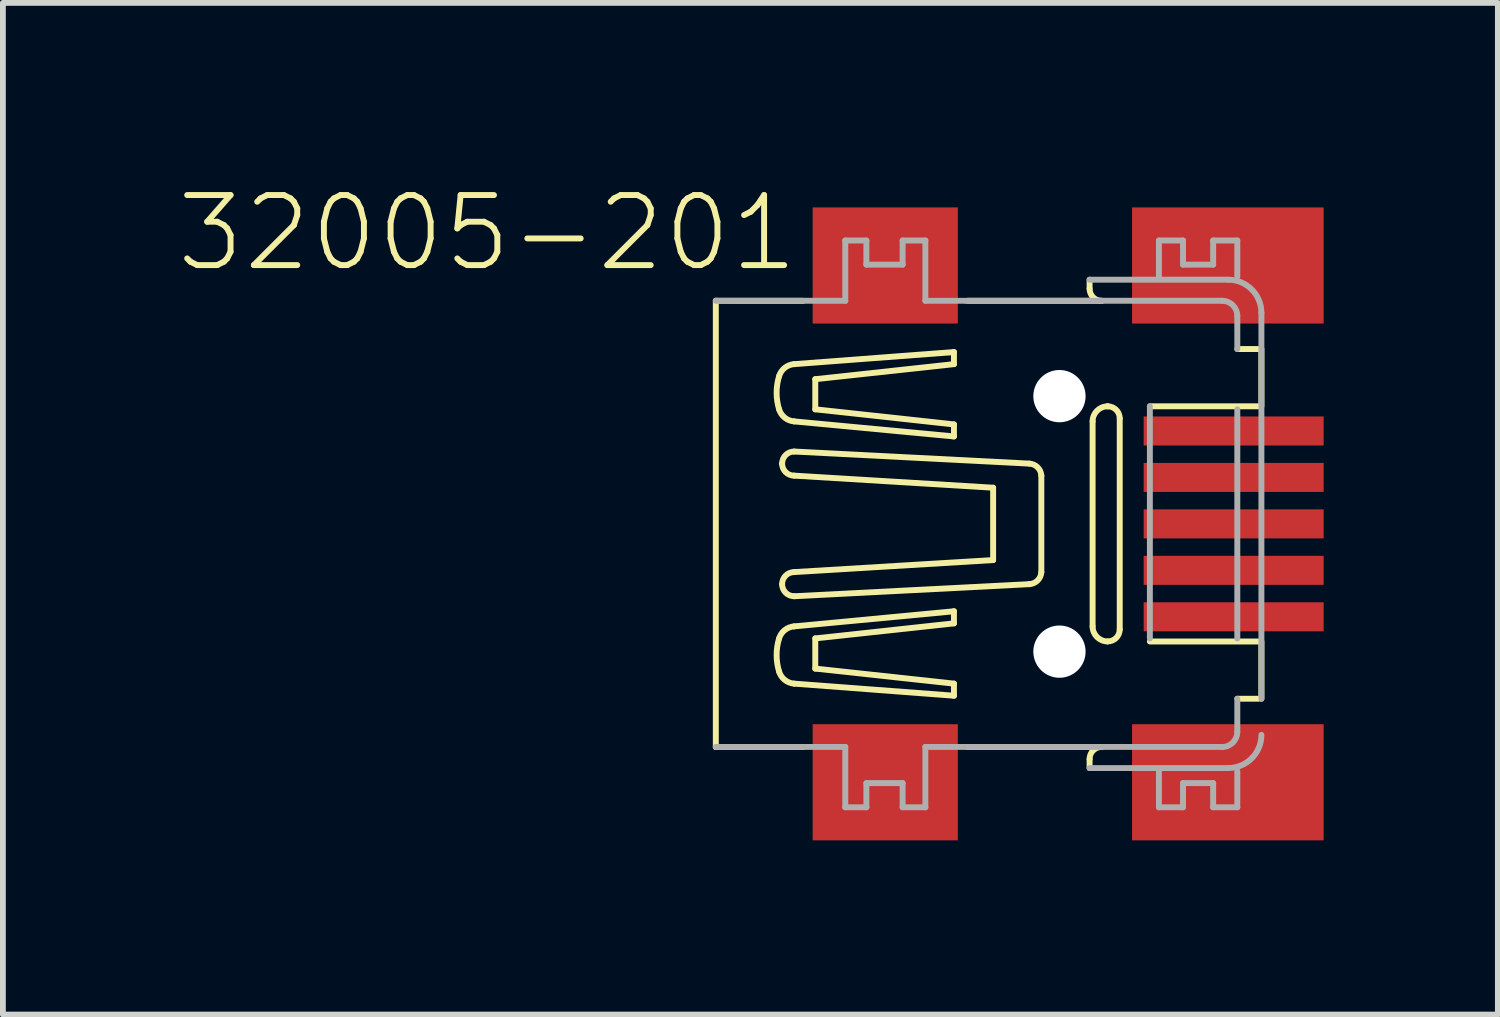
<source format=kicad_pcb>
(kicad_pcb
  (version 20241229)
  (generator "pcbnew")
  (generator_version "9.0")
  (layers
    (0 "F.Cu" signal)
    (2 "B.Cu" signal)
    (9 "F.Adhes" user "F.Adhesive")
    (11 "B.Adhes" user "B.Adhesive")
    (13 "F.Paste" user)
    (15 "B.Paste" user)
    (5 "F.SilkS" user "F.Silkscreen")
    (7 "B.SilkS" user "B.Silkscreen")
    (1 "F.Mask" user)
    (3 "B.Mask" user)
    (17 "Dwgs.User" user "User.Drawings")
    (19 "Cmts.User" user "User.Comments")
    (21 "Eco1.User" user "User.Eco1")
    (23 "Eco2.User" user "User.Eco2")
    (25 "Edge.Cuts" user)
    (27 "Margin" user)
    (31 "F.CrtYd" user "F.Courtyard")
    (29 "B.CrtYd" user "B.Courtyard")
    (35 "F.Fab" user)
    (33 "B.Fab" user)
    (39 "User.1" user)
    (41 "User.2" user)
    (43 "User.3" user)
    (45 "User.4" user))
  (footprint "32005-201"
    (layer "F.Cu")
    (at 15.195 5.972)
    (property "Reference" "32005-201" (at -4.445 -5.715 0) (layer "F.SilkS") (effects (font (size 1.206 1.206) (thickness 0.102)) (justify right top)))
    (attr through_hole)
    (fp_line (start -5.918 -3.842) (end -4.415 -3.841) (stroke (width 0.102) (type solid)) (layer "F.SilkS"))
    (fp_line (start -5.918 3.841) (end -5.918 -3.842) (stroke (width 0.102) (type solid)) (layer "F.SilkS"))
    (fp_line (start -5.918 3.841) (end -4.415 3.841) (stroke (width 0.102) (type solid)) (layer "F.SilkS"))
    (fp_line (start -5.918 3.841) (end -5.918 3.841) (stroke (width 0.102) (type solid)) (layer "F.SilkS"))
    (fp_line (start -4.776 -1.038) (end -4.776 -1.038) (stroke (width 0.102) (type solid)) (layer "F.SilkS"))
    (fp_line (start -4.569 -1.765) (end -1.817 -1.506) (stroke (width 0.102) (type solid)) (layer "F.SilkS"))
    (fp_line (start -4.569 -0.831) (end -1.142 -0.623) (stroke (width 0.102) (type solid)) (layer "F.SilkS"))
    (fp_line (start -4.569 0.83) (end -1.142 0.623) (stroke (width 0.102) (type solid)) (layer "F.SilkS"))
    (fp_line (start -4.569 1.765) (end -1.817 1.505) (stroke (width 0.102) (type solid)) (layer "F.SilkS"))
    (fp_line (start -4.568 -1.246) (end -0.519 -1.038) (stroke (width 0.102) (type solid)) (layer "F.SilkS"))
    (fp_line (start -4.568 1.246) (end -0.519 1.038) (stroke (width 0.102) (type solid)) (layer "F.SilkS"))
    (fp_line (start -4.205 -2.492) (end -1.817 -2.751) (stroke (width 0.102) (type solid)) (layer "F.SilkS"))
    (fp_line (start -4.205 -1.973) (end -4.205 -2.492) (stroke (width 0.102) (type solid)) (layer "F.SilkS"))
    (fp_line (start -4.205 1.972) (end -4.205 2.492) (stroke (width 0.102) (type solid)) (layer "F.SilkS"))
    (fp_line (start -4.205 2.492) (end -1.817 2.751) (stroke (width 0.102) (type solid)) (layer "F.SilkS"))
    (fp_line (start -1.817 -2.959) (end -4.569 -2.751) (stroke (width 0.102) (type solid)) (layer "F.SilkS"))
    (fp_line (start -1.817 -2.751) (end -1.817 -2.959) (stroke (width 0.102) (type solid)) (layer "F.SilkS"))
    (fp_line (start -1.817 -1.713) (end -4.205 -1.973) (stroke (width 0.102) (type solid)) (layer "F.SilkS"))
    (fp_line (start -1.817 -1.506) (end -1.817 -1.713) (stroke (width 0.102) (type solid)) (layer "F.SilkS"))
    (fp_line (start -1.817 1.505) (end -1.817 1.713) (stroke (width 0.102) (type solid)) (layer "F.SilkS"))
    (fp_line (start -1.817 1.713) (end -4.205 1.972) (stroke (width 0.102) (type solid)) (layer "F.SilkS"))
    (fp_line (start -1.817 2.751) (end -1.817 2.959) (stroke (width 0.102) (type solid)) (layer "F.SilkS"))
    (fp_line (start -1.817 2.959) (end -4.569 2.751) (stroke (width 0.102) (type solid)) (layer "F.SilkS"))
    (fp_line (start -1.583 3.841) (end 0.727 3.841) (stroke (width 0.102) (type solid)) (layer "F.SilkS"))
    (fp_line (start -1.583 -3.842) (end 0.727 -3.842) (stroke (width 0.102) (type solid)) (layer "F.SilkS"))
    (fp_line (start -1.142 0.623) (end -1.142 -0.623) (stroke (width 0.102) (type solid)) (layer "F.SilkS"))
    (fp_line (start -0.312 0.83) (end -0.312 -0.831) (stroke (width 0.102) (type solid)) (layer "F.SilkS"))
    (fp_line (start 0.519 -4.049) (end 0.519 -4.205) (stroke (width 0.102) (type solid)) (layer "F.SilkS"))
    (fp_line (start 0.519 4.049) (end 0.519 4.205) (stroke (width 0.102) (type solid)) (layer "F.SilkS"))
    (fp_line (start 0.571 -1.765) (end 0.571 1.765) (stroke (width 0.102) (type solid)) (layer "F.SilkS"))
    (fp_line (start 0.831 -2.025) (end 0.83 -2.025) (stroke (width 0.102) (type solid)) (layer "F.SilkS"))
    (fp_line (start 1.038 1.817) (end 1.038 -1.817) (stroke (width 0.102) (type solid)) (layer "F.SilkS"))
    (fp_line (start 1.557 -2.025) (end 3.426 -2.025) (stroke (width 0.102) (type solid)) (layer "F.SilkS"))
    (fp_line (start 1.557 2.025) (end 3.426 2.025) (stroke (width 0.102) (type solid)) (layer "F.SilkS"))
    (fp_line (start 3.063 -3.011) (end 3.426 -3.011) (stroke (width 0.102) (type solid)) (layer "F.SilkS"))
    (fp_line (start 3.063 3.011) (end 3.426 3.011) (stroke (width 0.102) (type solid)) (layer "F.SilkS"))
    (fp_line (start 3.478 2.025) (end 3.478 3.011) (stroke (width 0.102) (type solid)) (layer "F.SilkS"))
    (fp_line (start 3.478 -3.011) (end 3.478 -2.025) (stroke (width 0.102) (type solid)) (layer "F.SilkS"))
    (fp_arc (start -4.828 -2.5438) (mid -4.730297 -2.687659) (end -4.5685 -2.7514) (stroke (width 0.1016) (type solid)) (layer "F.SilkS"))
    (fp_arc (start -4.828 -1.9727) (mid -4.870802 -2.25825) (end -4.828 -2.5438) (stroke (width 0.1016) (type solid)) (layer "F.SilkS"))
    (fp_arc (start -4.828 1.9725) (mid -4.730298 1.828641) (end -4.568501 1.764899) (stroke (width 0.1016) (type solid)) (layer "F.SilkS"))
    (fp_arc (start -4.828 2.5436) (mid -4.870802 2.25805) (end -4.828 1.9725) (stroke (width 0.1016) (type solid)) (layer "F.SilkS"))
    (fp_arc (start -4.7761 -1.0383) (mid -4.715295 -1.185095) (end -4.5685 -1.2459) (stroke (width 0.1016) (type solid)) (layer "F.SilkS"))
    (fp_arc (start -4.7761 1.038) (mid -4.715295 0.891205) (end -4.5685 0.8304) (stroke (width 0.1016) (type solid)) (layer "F.SilkS"))
    (fp_arc (start -4.568501 -1.765099) (mid -4.730298 -1.828841) (end -4.828 -1.9727) (stroke (width 0.1016) (type solid)) (layer "F.SilkS"))
    (fp_arc (start -4.5685 -0.8306) (mid -4.715295 -0.891405) (end -4.7761 -1.0382) (stroke (width 0.1016) (type solid)) (layer "F.SilkS"))
    (fp_arc (start -4.5685 1.2457) (mid -4.715295 1.184895) (end -4.7761 1.0381) (stroke (width 0.1016) (type solid)) (layer "F.SilkS"))
    (fp_arc (start -4.5685 2.7512) (mid -4.730297 2.687459) (end -4.828 2.5436) (stroke (width 0.1016) (type solid)) (layer "F.SilkS"))
    (fp_arc (start -0.5192 -1.0383) (mid -0.375653 -0.974177) (end -0.311598 -0.8306) (stroke (width 0.1016) (type solid)) (layer "F.SilkS"))
    (fp_arc (start -0.311599 0.830399) (mid -0.375679 0.973951) (end -0.5192 1.0381) (stroke (width 0.1016) (type solid)) (layer "F.SilkS"))
    (fp_arc (start 0.519 4.049) (mid 0.579805 3.902205) (end 0.7266 3.8414) (stroke (width 0.1016) (type solid)) (layer "F.SilkS"))
    (fp_arc (start 0.570899 -1.765099) (mid 0.646934 -1.948565) (end 0.8304 -2.0246) (stroke (width 0.1016) (type solid)) (layer "F.SilkS"))
    (fp_arc (start 0.7266 -3.8416) (mid 0.579805 -3.902405) (end 0.519 -4.0492) (stroke (width 0.1016) (type solid)) (layer "F.SilkS"))
    (fp_arc (start 0.8304 2.0244) (mid 0.646993 1.948306) (end 0.570899 1.764899) (stroke (width 0.1016) (type solid)) (layer "F.SilkS"))
    (fp_arc (start 0.8305 -2.0246) (mid 0.977325 -1.963825) (end 1.0381 -1.817) (stroke (width 0.1016) (type solid)) (layer "F.SilkS"))
    (fp_arc (start 1.0381 1.8168) (mid 0.977325 1.963625) (end 0.8305 2.0244) (stroke (width 0.1016) (type solid)) (layer "F.SilkS"))
    (fp_line (start -5.918 -3.842) (end -3.688 -3.842) (stroke (width 0.102) (type solid)) (layer "F.Fab"))
    (fp_line (start -5.918 3.841) (end -3.688 3.841) (stroke (width 0.102) (type solid)) (layer "F.Fab"))
    (fp_line (start -3.688 -4.88) (end -3.325 -4.88) (stroke (width 0.102) (type solid)) (layer "F.Fab"))
    (fp_line (start -3.688 -3.842) (end -3.688 -4.88) (stroke (width 0.102) (type solid)) (layer "F.Fab"))
    (fp_line (start -3.688 3.841) (end -3.688 4.88) (stroke (width 0.102) (type solid)) (layer "F.Fab"))
    (fp_line (start -3.688 4.88) (end -3.325 4.88) (stroke (width 0.102) (type solid)) (layer "F.Fab"))
    (fp_line (start -3.325 -4.88) (end -3.325 -4.465) (stroke (width 0.102) (type solid)) (layer "F.Fab"))
    (fp_line (start -3.325 -4.465) (end -2.701 -4.465) (stroke (width 0.102) (type solid)) (layer "F.Fab"))
    (fp_line (start -3.325 4.464) (end -2.701 4.464) (stroke (width 0.102) (type solid)) (layer "F.Fab"))
    (fp_line (start -3.325 4.88) (end -3.325 4.464) (stroke (width 0.102) (type solid)) (layer "F.Fab"))
    (fp_line (start -2.701 -4.88) (end -2.309 -4.88) (stroke (width 0.102) (type solid)) (layer "F.Fab"))
    (fp_line (start -2.701 -4.465) (end -2.701 -4.88) (stroke (width 0.102) (type solid)) (layer "F.Fab"))
    (fp_line (start -2.701 4.464) (end -2.701 4.88) (stroke (width 0.102) (type solid)) (layer "F.Fab"))
    (fp_line (start -2.701 4.88) (end -2.309 4.88) (stroke (width 0.102) (type solid)) (layer "F.Fab"))
    (fp_line (start -2.309 -4.88) (end -2.309 -3.842) (stroke (width 0.102) (type solid)) (layer "F.Fab"))
    (fp_line (start -2.309 -3.842) (end 0.727 -3.841) (stroke (width 0.102) (type solid)) (layer "F.Fab"))
    (fp_line (start -2.309 3.841) (end 2.803 3.841) (stroke (width 0.102) (type solid)) (layer "F.Fab"))
    (fp_line (start -2.309 4.88) (end -2.309 3.841) (stroke (width 0.102) (type solid)) (layer "F.Fab"))
    (fp_line (start 0.519 -4.205) (end 2.907 -4.205) (stroke (width 0.102) (type solid)) (layer "F.Fab"))
    (fp_line (start 0.519 4.205) (end 2.907 4.205) (stroke (width 0.102) (type solid)) (layer "F.Fab"))
    (fp_line (start 1.557 1.972) (end 1.557 -2.025) (stroke (width 0.102) (type solid)) (layer "F.Fab"))
    (fp_line (start 1.713 -4.88) (end 2.128 -4.88) (stroke (width 0.102) (type solid)) (layer "F.Fab"))
    (fp_line (start 1.713 -4.257) (end 1.713 -4.88) (stroke (width 0.102) (type solid)) (layer "F.Fab"))
    (fp_line (start 1.713 4.257) (end 1.713 4.88) (stroke (width 0.102) (type solid)) (layer "F.Fab"))
    (fp_line (start 1.713 4.88) (end 2.128 4.88) (stroke (width 0.102) (type solid)) (layer "F.Fab"))
    (fp_line (start 2.128 -4.88) (end 2.128 -4.465) (stroke (width 0.102) (type solid)) (layer "F.Fab"))
    (fp_line (start 2.128 -4.465) (end 2.647 -4.465) (stroke (width 0.102) (type solid)) (layer "F.Fab"))
    (fp_line (start 2.128 4.464) (end 2.647 4.464) (stroke (width 0.102) (type solid)) (layer "F.Fab"))
    (fp_line (start 2.128 4.88) (end 2.128 4.464) (stroke (width 0.102) (type solid)) (layer "F.Fab"))
    (fp_line (start 2.647 -4.88) (end 3.063 -4.88) (stroke (width 0.102) (type solid)) (layer "F.Fab"))
    (fp_line (start 2.647 -4.465) (end 2.647 -4.88) (stroke (width 0.102) (type solid)) (layer "F.Fab"))
    (fp_line (start 2.647 4.464) (end 2.647 4.88) (stroke (width 0.102) (type solid)) (layer "F.Fab"))
    (fp_line (start 2.647 4.88) (end 3.063 4.88) (stroke (width 0.102) (type solid)) (layer "F.Fab"))
    (fp_line (start 2.803 -3.842) (end 0.727 -3.842) (stroke (width 0.102) (type solid)) (layer "F.Fab"))
    (fp_line (start 3.063 -4.88) (end 3.063 -4.257) (stroke (width 0.102) (type solid)) (layer "F.Fab"))
    (fp_line (start 3.063 -3.582) (end 3.063 -3.011) (stroke (width 0.102) (type solid)) (layer "F.Fab"))
    (fp_line (start 3.063 1.973) (end 3.063 -1.973) (stroke (width 0.102) (type solid)) (layer "F.Fab"))
    (fp_line (start 3.063 3.582) (end 3.063 3.011) (stroke (width 0.102) (type solid)) (layer "F.Fab"))
    (fp_line (start 3.063 4.88) (end 3.063 4.257) (stroke (width 0.102) (type solid)) (layer "F.Fab"))
    (fp_line (start 3.478 -3.634) (end 3.478 3.011) (stroke (width 0.102) (type solid)) (layer "F.Fab"))
    (fp_arc (start 2.8032 -3.8416) (mid 2.986694 -3.765594) (end 3.0627 -3.5821) (stroke (width 0.1016) (type solid)) (layer "F.Fab"))
    (fp_arc (start 2.907 -4.205) (mid 3.310829 -4.037729) (end 3.4781 -3.6339) (stroke (width 0.1016) (type solid)) (layer "F.Fab"))
    (fp_arc (start 3.0627 3.5819) (mid 2.986724 3.765424) (end 2.8032 3.8414) (stroke (width 0.1016) (type solid)) (layer "F.Fab"))
    (fp_arc (start 3.4781 3.6337) (mid 3.310858 4.037558) (end 2.907 4.2048) (stroke (width 0.1016) (type solid)) (layer "F.Fab"))
    (pad "" np_thru_hole circle (at 0 -2.2) (size 0.9 0.9) (drill 0.9) (layers "*.Cu"))
    (pad "" np_thru_hole circle (at 0 2.2) (size 0.9 0.9) (drill 0.9) (layers "*.Cu"))
    (pad "1" smd rect (at 3 -1.6) (size 3.1 0.5) (layers "F.Cu" "F.Mask" "F.Paste"))
    (pad "2" smd rect (at 3 -0.8) (size 3.1 0.5) (layers "F.Cu" "F.Mask" "F.Paste"))
    (pad "3" smd rect (at 3 0) (size 3.1 0.5) (layers "F.Cu" "F.Mask" "F.Paste"))
    (pad "4" smd rect (at 3 0.8) (size 3.1 0.5) (layers "F.Cu" "F.Mask" "F.Paste"))
    (pad "5" smd rect (at 3 1.6) (size 3.1 0.5) (layers "F.Cu" "F.Mask" "F.Paste"))
    (pad "M1" smd rect (at -3 4.45) (size 2.5 2) (layers "F.Cu" "F.Mask" "F.Paste"))
    (pad "M2" smd rect (at -3 -4.45) (size 2.5 2) (layers "F.Cu" "F.Mask" "F.Paste"))
    (pad "M3" smd rect (at 2.9 -4.45) (size 3.3 2) (layers "F.Cu" "F.Mask" "F.Paste"))
    (pad "M4" smd rect (at 2.9 4.45) (size 3.3 2) (layers "F.Cu" "F.Mask" "F.Paste")))
  (gr_rect
    (start -3 -3)
    (end 22.745 14.422)
    (stroke (width 0.1) (type default))
    (fill no)
    (layer "Edge.Cuts")))
</source>
